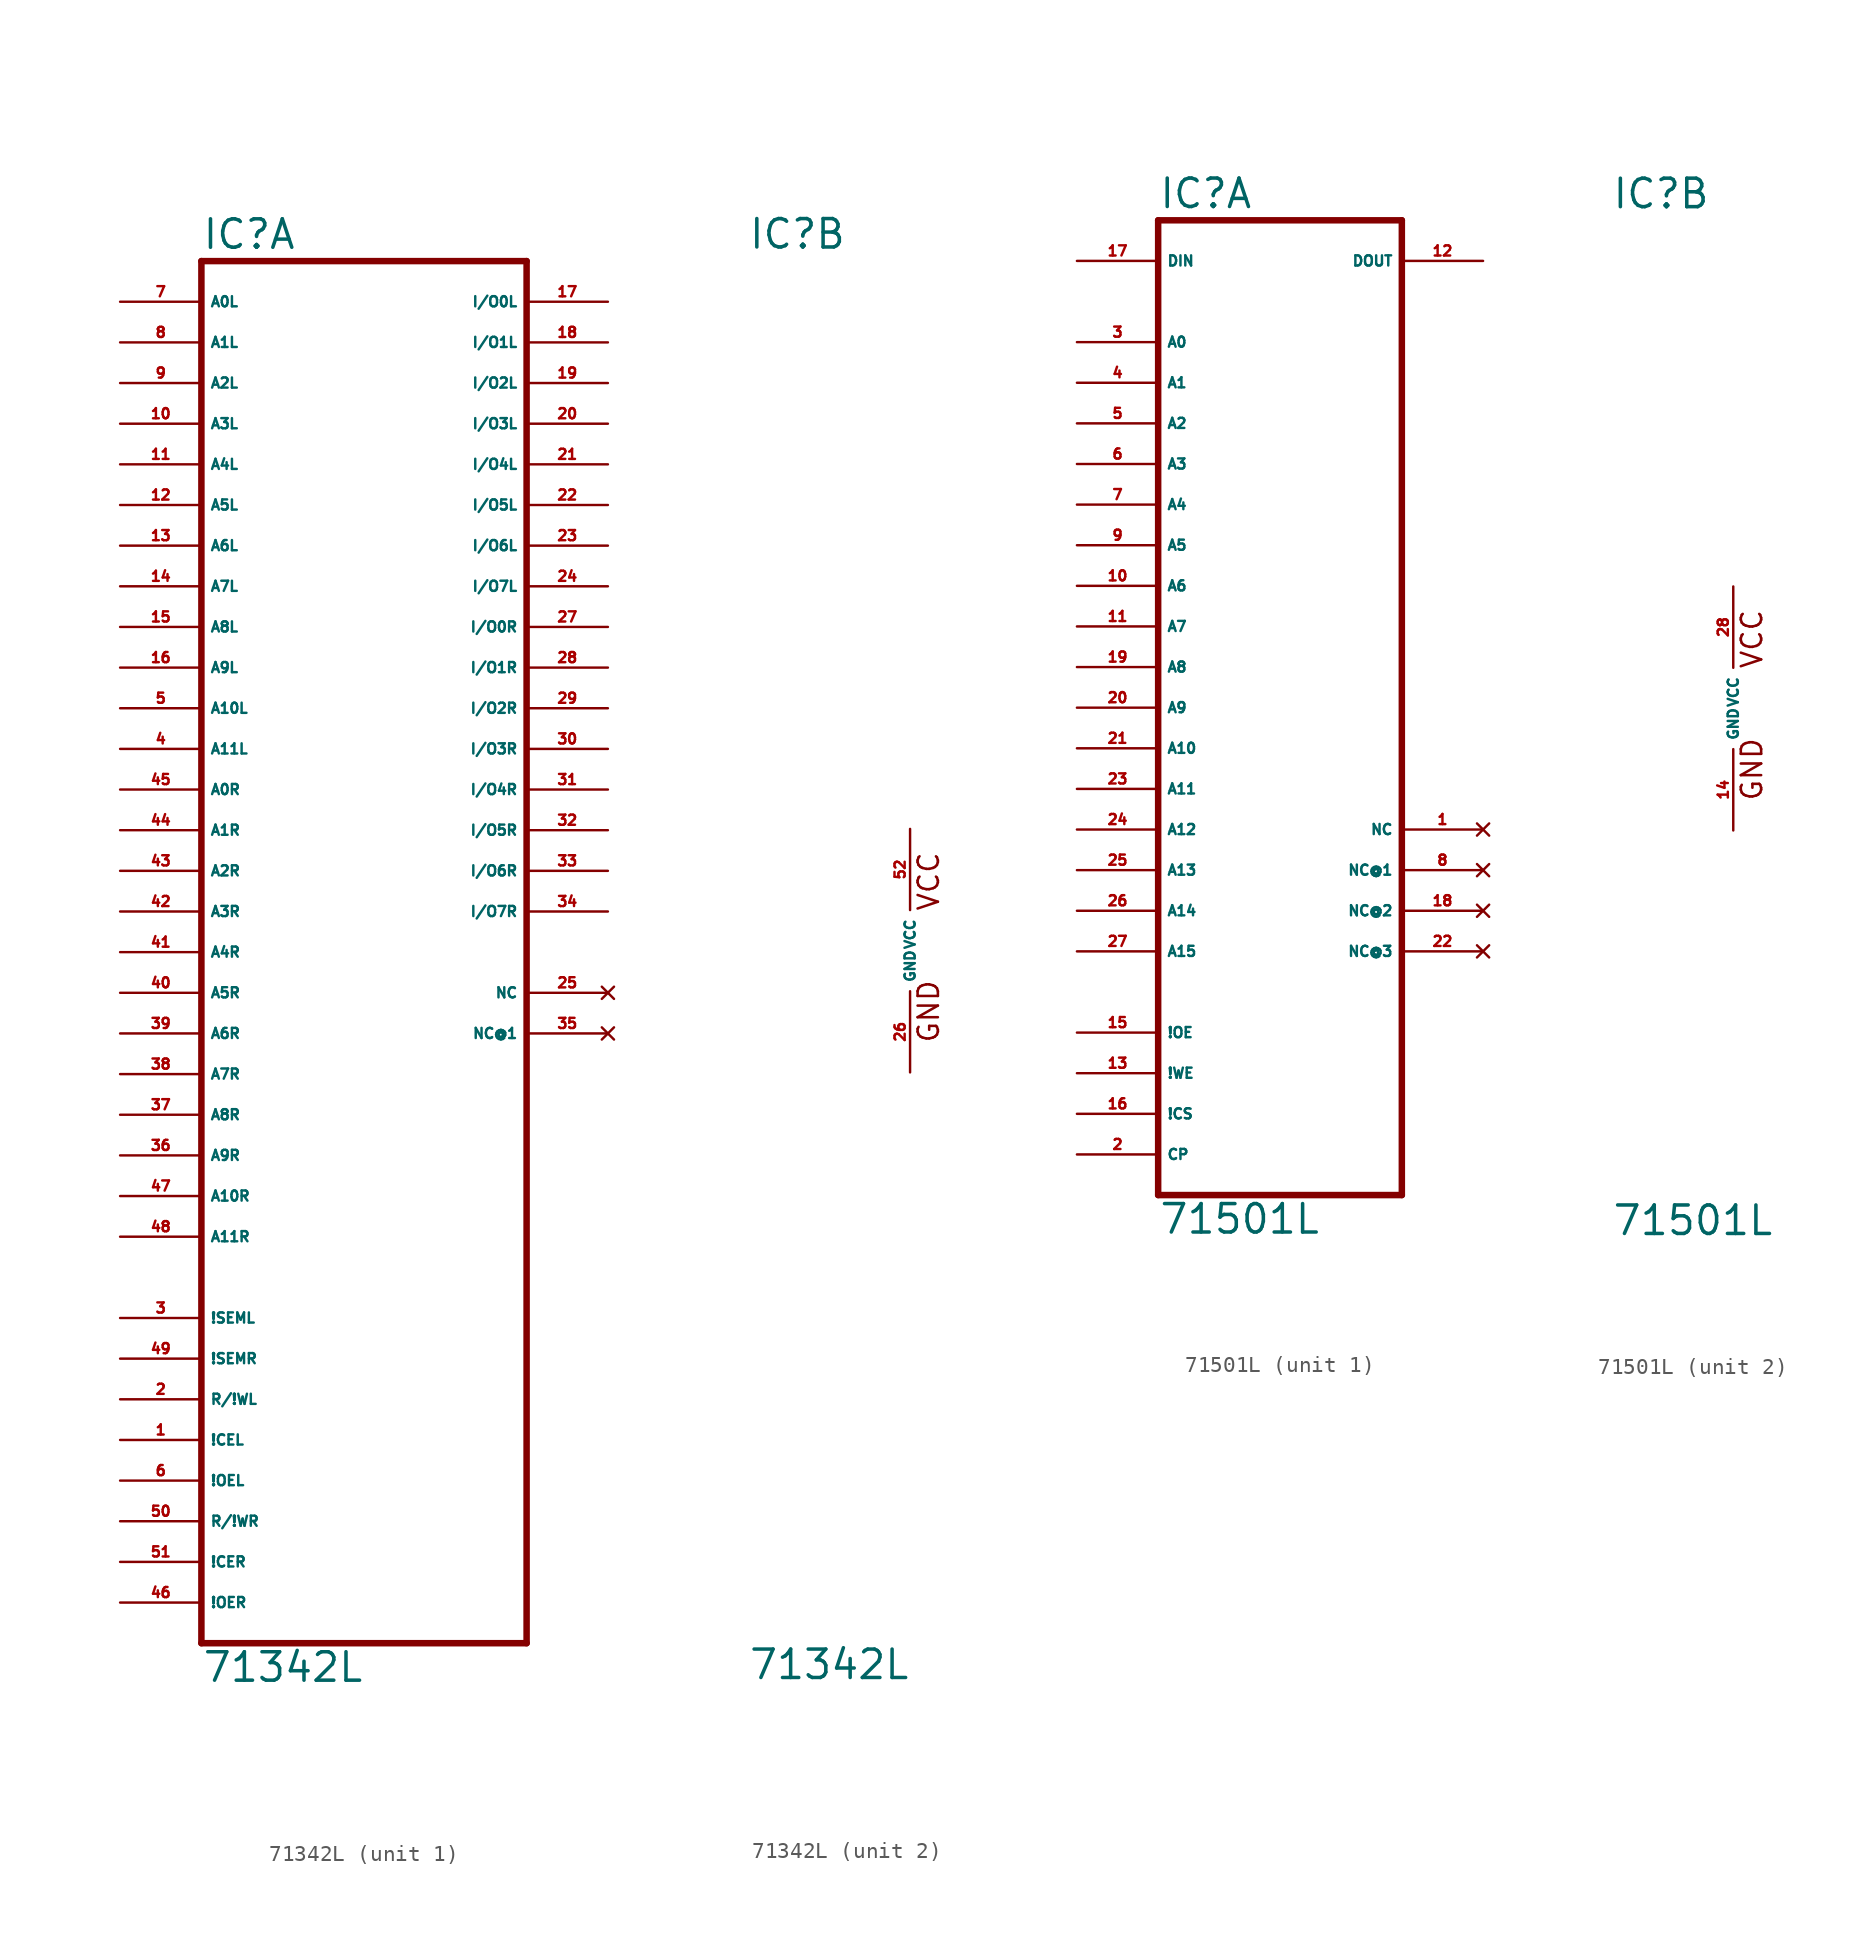
<source format=kicad_sym>
(kicad_symbol_lib
  (version 20220914)
  (generator Eagle2Kicad)
  (symbol "71342L"
    (property "Reference" "IC"
      (at -10.16 43.815 0)
      (effects (font (size 1.778 1.778) (thickness 0.22)) (justify left bottom)))
    (property "Value" "71342L"
      (at -10.16 -45.72 0)
      (effects (font (size 1.778 1.778) (thickness 0.22)) (justify left bottom)))
    (symbol "71342L_1_0"
      (polyline (pts (xy -10.16 -43.18) (xy 10.16 -43.18)) (stroke (width 0.406) (type default)) (fill (type none)))
      (polyline (pts (xy 10.16 -43.18) (xy 10.16 43.18)) (stroke (width 0.406) (type default)) (fill (type none)))
      (polyline (pts (xy 10.16 43.18) (xy -10.16 43.18)) (stroke (width 0.406) (type default)) (fill (type none)))
      (polyline (pts (xy -10.16 43.18) (xy -10.16 -43.18)) (stroke (width 0.406) (type default)) (fill (type none)))
      (pin input line (at -15.24 40.64 0) (length 5.08) (name "A0L" (effects (font (size 0.635 0.635) (thickness 0.08)) (justify left bottom))) (number "7" (effects (font (size 0.635 0.635) (thickness 0.08)) (justify left bottom))))
      (pin input line (at -15.24 38.1 0) (length 5.08) (name "A1L" (effects (font (size 0.635 0.635) (thickness 0.08)) (justify left bottom))) (number "8" (effects (font (size 0.635 0.635) (thickness 0.08)) (justify left bottom))))
      (pin input line (at -15.24 35.56 0) (length 5.08) (name "A2L" (effects (font (size 0.635 0.635) (thickness 0.08)) (justify left bottom))) (number "9" (effects (font (size 0.635 0.635) (thickness 0.08)) (justify left bottom))))
      (pin input line (at -15.24 33.02 0) (length 5.08) (name "A3L" (effects (font (size 0.635 0.635) (thickness 0.08)) (justify left bottom))) (number "10" (effects (font (size 0.635 0.635) (thickness 0.08)) (justify left bottom))))
      (pin input line (at -15.24 30.48 0) (length 5.08) (name "A4L" (effects (font (size 0.635 0.635) (thickness 0.08)) (justify left bottom))) (number "11" (effects (font (size 0.635 0.635) (thickness 0.08)) (justify left bottom))))
      (pin input line (at -15.24 27.94 0) (length 5.08) (name "A5L" (effects (font (size 0.635 0.635) (thickness 0.08)) (justify left bottom))) (number "12" (effects (font (size 0.635 0.635) (thickness 0.08)) (justify left bottom))))
      (pin input line (at -15.24 25.4 0) (length 5.08) (name "A6L" (effects (font (size 0.635 0.635) (thickness 0.08)) (justify left bottom))) (number "13" (effects (font (size 0.635 0.635) (thickness 0.08)) (justify left bottom))))
      (pin input line (at -15.24 22.86 0) (length 5.08) (name "A7L" (effects (font (size 0.635 0.635) (thickness 0.08)) (justify left bottom))) (number "14" (effects (font (size 0.635 0.635) (thickness 0.08)) (justify left bottom))))
      (pin input line (at -15.24 20.32 0) (length 5.08) (name "A8L" (effects (font (size 0.635 0.635) (thickness 0.08)) (justify left bottom))) (number "15" (effects (font (size 0.635 0.635) (thickness 0.08)) (justify left bottom))))
      (pin input line (at -15.24 17.78 0) (length 5.08) (name "A9L" (effects (font (size 0.635 0.635) (thickness 0.08)) (justify left bottom))) (number "16" (effects (font (size 0.635 0.635) (thickness 0.08)) (justify left bottom))))
      (pin input line (at -15.24 10.16 0) (length 5.08) (name "A0R" (effects (font (size 0.635 0.635) (thickness 0.08)) (justify left bottom))) (number "45" (effects (font (size 0.635 0.635) (thickness 0.08)) (justify left bottom))))
      (pin input line (at -15.24 7.62 0) (length 5.08) (name "A1R" (effects (font (size 0.635 0.635) (thickness 0.08)) (justify left bottom))) (number "44" (effects (font (size 0.635 0.635) (thickness 0.08)) (justify left bottom))))
      (pin input line (at -15.24 5.08 0) (length 5.08) (name "A2R" (effects (font (size 0.635 0.635) (thickness 0.08)) (justify left bottom))) (number "43" (effects (font (size 0.635 0.635) (thickness 0.08)) (justify left bottom))))
      (pin input line (at -15.24 2.54 0) (length 5.08) (name "A3R" (effects (font (size 0.635 0.635) (thickness 0.08)) (justify left bottom))) (number "42" (effects (font (size 0.635 0.635) (thickness 0.08)) (justify left bottom))))
      (pin input line (at -15.24 0 0) (length 5.08) (name "A4R" (effects (font (size 0.635 0.635) (thickness 0.08)) (justify left bottom))) (number "41" (effects (font (size 0.635 0.635) (thickness 0.08)) (justify left bottom))))
      (pin input line (at -15.24 -2.54 0) (length 5.08) (name "A5R" (effects (font (size 0.635 0.635) (thickness 0.08)) (justify left bottom))) (number "40" (effects (font (size 0.635 0.635) (thickness 0.08)) (justify left bottom))))
      (pin input line (at -15.24 -5.08 0) (length 5.08) (name "A6R" (effects (font (size 0.635 0.635) (thickness 0.08)) (justify left bottom))) (number "39" (effects (font (size 0.635 0.635) (thickness 0.08)) (justify left bottom))))
      (pin input line (at -15.24 -7.62 0) (length 5.08) (name "A7R" (effects (font (size 0.635 0.635) (thickness 0.08)) (justify left bottom))) (number "38" (effects (font (size 0.635 0.635) (thickness 0.08)) (justify left bottom))))
      (pin input line (at -15.24 -10.16 0) (length 5.08) (name "A8R" (effects (font (size 0.635 0.635) (thickness 0.08)) (justify left bottom))) (number "37" (effects (font (size 0.635 0.635) (thickness 0.08)) (justify left bottom))))
      (pin input line (at -15.24 -12.7 0) (length 5.08) (name "A9R" (effects (font (size 0.635 0.635) (thickness 0.08)) (justify left bottom))) (number "36" (effects (font (size 0.635 0.635) (thickness 0.08)) (justify left bottom))))
      (pin bidirectional line (at 15.24 40.64 180) (length 5.08) (name "I/O0L" (effects (font (size 0.635 0.635) (thickness 0.08)) (justify left bottom))) (number "17" (effects (font (size 0.635 0.635) (thickness 0.08)) (justify left bottom))))
      (pin bidirectional line (at 15.24 38.1 180) (length 5.08) (name "I/O1L" (effects (font (size 0.635 0.635) (thickness 0.08)) (justify left bottom))) (number "18" (effects (font (size 0.635 0.635) (thickness 0.08)) (justify left bottom))))
      (pin bidirectional line (at 15.24 35.56 180) (length 5.08) (name "I/O2L" (effects (font (size 0.635 0.635) (thickness 0.08)) (justify left bottom))) (number "19" (effects (font (size 0.635 0.635) (thickness 0.08)) (justify left bottom))))
      (pin bidirectional line (at 15.24 33.02 180) (length 5.08) (name "I/O3L" (effects (font (size 0.635 0.635) (thickness 0.08)) (justify left bottom))) (number "20" (effects (font (size 0.635 0.635) (thickness 0.08)) (justify left bottom))))
      (pin bidirectional line (at 15.24 30.48 180) (length 5.08) (name "I/O4L" (effects (font (size 0.635 0.635) (thickness 0.08)) (justify left bottom))) (number "21" (effects (font (size 0.635 0.635) (thickness 0.08)) (justify left bottom))))
      (pin bidirectional line (at 15.24 27.94 180) (length 5.08) (name "I/O5L" (effects (font (size 0.635 0.635) (thickness 0.08)) (justify left bottom))) (number "22" (effects (font (size 0.635 0.635) (thickness 0.08)) (justify left bottom))))
      (pin bidirectional line (at 15.24 25.4 180) (length 5.08) (name "I/O6L" (effects (font (size 0.635 0.635) (thickness 0.08)) (justify left bottom))) (number "23" (effects (font (size 0.635 0.635) (thickness 0.08)) (justify left bottom))))
      (pin bidirectional line (at 15.24 22.86 180) (length 5.08) (name "I/O7L" (effects (font (size 0.635 0.635) (thickness 0.08)) (justify left bottom))) (number "24" (effects (font (size 0.635 0.635) (thickness 0.08)) (justify left bottom))))
      (pin bidirectional line (at 15.24 20.32 180) (length 5.08) (name "I/O0R" (effects (font (size 0.635 0.635) (thickness 0.08)) (justify left bottom))) (number "27" (effects (font (size 0.635 0.635) (thickness 0.08)) (justify left bottom))))
      (pin bidirectional line (at 15.24 17.78 180) (length 5.08) (name "I/O1R" (effects (font (size 0.635 0.635) (thickness 0.08)) (justify left bottom))) (number "28" (effects (font (size 0.635 0.635) (thickness 0.08)) (justify left bottom))))
      (pin bidirectional line (at 15.24 15.24 180) (length 5.08) (name "I/O2R" (effects (font (size 0.635 0.635) (thickness 0.08)) (justify left bottom))) (number "29" (effects (font (size 0.635 0.635) (thickness 0.08)) (justify left bottom))))
      (pin bidirectional line (at 15.24 12.7 180) (length 5.08) (name "I/O3R" (effects (font (size 0.635 0.635) (thickness 0.08)) (justify left bottom))) (number "30" (effects (font (size 0.635 0.635) (thickness 0.08)) (justify left bottom))))
      (pin bidirectional line (at 15.24 10.16 180) (length 5.08) (name "I/O4R" (effects (font (size 0.635 0.635) (thickness 0.08)) (justify left bottom))) (number "31" (effects (font (size 0.635 0.635) (thickness 0.08)) (justify left bottom))))
      (pin bidirectional line (at 15.24 7.62 180) (length 5.08) (name "I/O5R" (effects (font (size 0.635 0.635) (thickness 0.08)) (justify left bottom))) (number "32" (effects (font (size 0.635 0.635) (thickness 0.08)) (justify left bottom))))
      (pin bidirectional line (at 15.24 5.08 180) (length 5.08) (name "I/O6R" (effects (font (size 0.635 0.635) (thickness 0.08)) (justify left bottom))) (number "33" (effects (font (size 0.635 0.635) (thickness 0.08)) (justify left bottom))))
      (pin bidirectional line (at 15.24 2.54 180) (length 5.08) (name "I/O7R" (effects (font (size 0.635 0.635) (thickness 0.08)) (justify left bottom))) (number "34" (effects (font (size 0.635 0.635) (thickness 0.08)) (justify left bottom))))
      (pin input line (at -15.24 -27.94 0) (length 5.08) (name "R/!WL" (effects (font (size 0.635 0.635) (thickness 0.08)) (justify left bottom))) (number "2" (effects (font (size 0.635 0.635) (thickness 0.08)) (justify left bottom))))
      (pin input line (at -15.24 -30.48 0) (length 5.08) (name "!CEL" (effects (font (size 0.635 0.635) (thickness 0.08)) (justify left bottom))) (number "1" (effects (font (size 0.635 0.635) (thickness 0.08)) (justify left bottom))))
      (pin input line (at -15.24 -33.02 0) (length 5.08) (name "!OEL" (effects (font (size 0.635 0.635) (thickness 0.08)) (justify left bottom))) (number "6" (effects (font (size 0.635 0.635) (thickness 0.08)) (justify left bottom))))
      (pin input line (at -15.24 -35.56 0) (length 5.08) (name "R/!WR" (effects (font (size 0.635 0.635) (thickness 0.08)) (justify left bottom))) (number "50" (effects (font (size 0.635 0.635) (thickness 0.08)) (justify left bottom))))
      (pin input line (at -15.24 -38.1 0) (length 5.08) (name "!CER" (effects (font (size 0.635 0.635) (thickness 0.08)) (justify left bottom))) (number "51" (effects (font (size 0.635 0.635) (thickness 0.08)) (justify left bottom))))
      (pin input line (at -15.24 -40.64 0) (length 5.08) (name "!OER" (effects (font (size 0.635 0.635) (thickness 0.08)) (justify left bottom))) (number "46" (effects (font (size 0.635 0.635) (thickness 0.08)) (justify left bottom))))
      (pin input line (at -15.24 15.24 0) (length 5.08) (name "A10L" (effects (font (size 0.635 0.635) (thickness 0.08)) (justify left bottom))) (number "5" (effects (font (size 0.635 0.635) (thickness 0.08)) (justify left bottom))))
      (pin input line (at -15.24 -15.24 0) (length 5.08) (name "A10R" (effects (font (size 0.635 0.635) (thickness 0.08)) (justify left bottom))) (number "47" (effects (font (size 0.635 0.635) (thickness 0.08)) (justify left bottom))))
      (pin output line (at -15.24 -22.86 0) (length 5.08) (name "!SEML" (effects (font (size 0.635 0.635) (thickness 0.08)) (justify left bottom))) (number "3" (effects (font (size 0.635 0.635) (thickness 0.08)) (justify left bottom))))
      (pin output line (at -15.24 -25.4 0) (length 5.08) (name "!SEMR" (effects (font (size 0.635 0.635) (thickness 0.08)) (justify left bottom))) (number "49" (effects (font (size 0.635 0.635) (thickness 0.08)) (justify left bottom))))
      (pin no_connect line (at 15.24 -2.54 180) (length 5.08) (name "NC" (effects (font (size 0.635 0.635) (thickness 0.08)) (justify left bottom) hide)) (number "25" (effects (font (size 0.635 0.635) (thickness 0.08)) (justify left bottom) hide)))
      (pin no_connect line (at 15.24 -5.08 180) (length 5.08) (name "NC@1" (effects (font (size 0.635 0.635) (thickness 0.08)) (justify left bottom) hide)) (number "35" (effects (font (size 0.635 0.635) (thickness 0.08)) (justify left bottom) hide)))
      (pin input line (at -15.24 -17.78 0) (length 5.08) (name "A11R" (effects (font (size 0.635 0.635) (thickness 0.08)) (justify left bottom))) (number "48" (effects (font (size 0.635 0.635) (thickness 0.08)) (justify left bottom))))
      (pin input line (at -15.24 12.7 0) (length 5.08) (name "A11L" (effects (font (size 0.635 0.635) (thickness 0.08)) (justify left bottom))) (number "4" (effects (font (size 0.635 0.635) (thickness 0.08)) (justify left bottom)))))
    (symbol "71342L_2_0"
      (text "GND" (at 1.905 -5.842 900) (effects (font (size 1.27 1.27) (thickness 0.16)) (justify left bottom)))
      (text "VCC" (at 1.905 2.413 900) (effects (font (size 1.27 1.27) (thickness 0.16)) (justify left bottom)))
      (pin unspecified line (at 0 7.62 270) (length 5.08) (name "VCC" (effects (font (size 0.635 0.635) (thickness 0.08)) (justify left bottom))) (number "52" (effects (font (size 0.635 0.635) (thickness 0.08)) (justify left bottom))))
      (pin unspecified line (at 0 -7.62 90) (length 5.08) (name "GND" (effects (font (size 0.635 0.635) (thickness 0.08)) (justify left bottom))) (number "26" (effects (font (size 0.635 0.635) (thickness 0.08)) (justify left bottom))))))
  (symbol "71501L"
    (property "Reference" "IC"
      (at -7.62 31.115 0)
      (effects (font (size 1.778 1.778) (thickness 0.22)) (justify left bottom)))
    (property "Value" "71501L"
      (at -7.62 -33.02 0)
      (effects (font (size 1.778 1.778) (thickness 0.22)) (justify left bottom)))
    (symbol "71501L_1_0"
      (polyline (pts (xy -7.62 -30.48) (xy 7.62 -30.48)) (stroke (width 0.406) (type default)) (fill (type none)))
      (polyline (pts (xy 7.62 -30.48) (xy 7.62 30.48)) (stroke (width 0.406) (type default)) (fill (type none)))
      (polyline (pts (xy 7.62 30.48) (xy -7.62 30.48)) (stroke (width 0.406) (type default)) (fill (type none)))
      (polyline (pts (xy -7.62 30.48) (xy -7.62 -30.48)) (stroke (width 0.406) (type default)) (fill (type none)))
      (pin input line (at -12.7 22.86 0) (length 5.08) (name "A0" (effects (font (size 0.635 0.635) (thickness 0.08)) (justify left bottom))) (number "3" (effects (font (size 0.635 0.635) (thickness 0.08)) (justify left bottom))))
      (pin input line (at -12.7 20.32 0) (length 5.08) (name "A1" (effects (font (size 0.635 0.635) (thickness 0.08)) (justify left bottom))) (number "4" (effects (font (size 0.635 0.635) (thickness 0.08)) (justify left bottom))))
      (pin input line (at -12.7 17.78 0) (length 5.08) (name "A2" (effects (font (size 0.635 0.635) (thickness 0.08)) (justify left bottom))) (number "5" (effects (font (size 0.635 0.635) (thickness 0.08)) (justify left bottom))))
      (pin input line (at -12.7 15.24 0) (length 5.08) (name "A3" (effects (font (size 0.635 0.635) (thickness 0.08)) (justify left bottom))) (number "6" (effects (font (size 0.635 0.635) (thickness 0.08)) (justify left bottom))))
      (pin input line (at -12.7 12.7 0) (length 5.08) (name "A4" (effects (font (size 0.635 0.635) (thickness 0.08)) (justify left bottom))) (number "7" (effects (font (size 0.635 0.635) (thickness 0.08)) (justify left bottom))))
      (pin input line (at -12.7 10.16 0) (length 5.08) (name "A5" (effects (font (size 0.635 0.635) (thickness 0.08)) (justify left bottom))) (number "9" (effects (font (size 0.635 0.635) (thickness 0.08)) (justify left bottom))))
      (pin input line (at -12.7 7.62 0) (length 5.08) (name "A6" (effects (font (size 0.635 0.635) (thickness 0.08)) (justify left bottom))) (number "10" (effects (font (size 0.635 0.635) (thickness 0.08)) (justify left bottom))))
      (pin input line (at -12.7 5.08 0) (length 5.08) (name "A7" (effects (font (size 0.635 0.635) (thickness 0.08)) (justify left bottom))) (number "11" (effects (font (size 0.635 0.635) (thickness 0.08)) (justify left bottom))))
      (pin input line (at -12.7 2.54 0) (length 5.08) (name "A8" (effects (font (size 0.635 0.635) (thickness 0.08)) (justify left bottom))) (number "19" (effects (font (size 0.635 0.635) (thickness 0.08)) (justify left bottom))))
      (pin input line (at -12.7 0 0) (length 5.08) (name "A9" (effects (font (size 0.635 0.635) (thickness 0.08)) (justify left bottom))) (number "20" (effects (font (size 0.635 0.635) (thickness 0.08)) (justify left bottom))))
      (pin input line (at -12.7 -2.54 0) (length 5.08) (name "A10" (effects (font (size 0.635 0.635) (thickness 0.08)) (justify left bottom))) (number "21" (effects (font (size 0.635 0.635) (thickness 0.08)) (justify left bottom))))
      (pin input line (at -12.7 -5.08 0) (length 5.08) (name "A11" (effects (font (size 0.635 0.635) (thickness 0.08)) (justify left bottom))) (number "23" (effects (font (size 0.635 0.635) (thickness 0.08)) (justify left bottom))))
      (pin input line (at -12.7 -20.32 0) (length 5.08) (name "!OE" (effects (font (size 0.635 0.635) (thickness 0.08)) (justify left bottom))) (number "15" (effects (font (size 0.635 0.635) (thickness 0.08)) (justify left bottom))))
      (pin input line (at -12.7 -22.86 0) (length 5.08) (name "!WE" (effects (font (size 0.635 0.635) (thickness 0.08)) (justify left bottom))) (number "13" (effects (font (size 0.635 0.635) (thickness 0.08)) (justify left bottom))))
      (pin input line (at -12.7 -25.4 0) (length 5.08) (name "!CS" (effects (font (size 0.635 0.635) (thickness 0.08)) (justify left bottom))) (number "16" (effects (font (size 0.635 0.635) (thickness 0.08)) (justify left bottom))))
      (pin input line (at -12.7 -27.94 0) (length 5.08) (name "CP" (effects (font (size 0.635 0.635) (thickness 0.08)) (justify left bottom))) (number "2" (effects (font (size 0.635 0.635) (thickness 0.08)) (justify left bottom))))
      (pin input line (at -12.7 -7.62 0) (length 5.08) (name "A12" (effects (font (size 0.635 0.635) (thickness 0.08)) (justify left bottom))) (number "24" (effects (font (size 0.635 0.635) (thickness 0.08)) (justify left bottom))))
      (pin input line (at -12.7 27.94 0) (length 5.08) (name "DIN" (effects (font (size 0.635 0.635) (thickness 0.08)) (justify left bottom))) (number "17" (effects (font (size 0.635 0.635) (thickness 0.08)) (justify left bottom))))
      (pin output line (at 12.7 27.94 180) (length 5.08) (name "DOUT" (effects (font (size 0.635 0.635) (thickness 0.08)) (justify left bottom))) (number "12" (effects (font (size 0.635 0.635) (thickness 0.08)) (justify left bottom))))
      (pin input line (at -12.7 -10.16 0) (length 5.08) (name "A13" (effects (font (size 0.635 0.635) (thickness 0.08)) (justify left bottom))) (number "25" (effects (font (size 0.635 0.635) (thickness 0.08)) (justify left bottom))))
      (pin input line (at -12.7 -12.7 0) (length 5.08) (name "A14" (effects (font (size 0.635 0.635) (thickness 0.08)) (justify left bottom))) (number "26" (effects (font (size 0.635 0.635) (thickness 0.08)) (justify left bottom))))
      (pin input line (at -12.7 -15.24 0) (length 5.08) (name "A15" (effects (font (size 0.635 0.635) (thickness 0.08)) (justify left bottom))) (number "27" (effects (font (size 0.635 0.635) (thickness 0.08)) (justify left bottom))))
      (pin no_connect line (at 12.7 -15.24 180) (length 5.08) (name "NC@3" (effects (font (size 0.635 0.635) (thickness 0.08)) (justify left bottom) hide)) (number "22" (effects (font (size 0.635 0.635) (thickness 0.08)) (justify left bottom) hide)))
      (pin no_connect line (at 12.7 -12.7 180) (length 5.08) (name "NC@2" (effects (font (size 0.635 0.635) (thickness 0.08)) (justify left bottom) hide)) (number "18" (effects (font (size 0.635 0.635) (thickness 0.08)) (justify left bottom) hide)))
      (pin no_connect line (at 12.7 -10.16 180) (length 5.08) (name "NC@1" (effects (font (size 0.635 0.635) (thickness 0.08)) (justify left bottom) hide)) (number "8" (effects (font (size 0.635 0.635) (thickness 0.08)) (justify left bottom) hide)))
      (pin no_connect line (at 12.7 -7.62 180) (length 5.08) (name "NC" (effects (font (size 0.635 0.635) (thickness 0.08)) (justify left bottom) hide)) (number "1" (effects (font (size 0.635 0.635) (thickness 0.08)) (justify left bottom) hide))))
    (symbol "71501L_2_0"
      (text "GND" (at 1.905 -5.842 900) (effects (font (size 1.27 1.27) (thickness 0.16)) (justify left bottom)))
      (text "VCC" (at 1.905 2.413 900) (effects (font (size 1.27 1.27) (thickness 0.16)) (justify left bottom)))
      (pin unspecified line (at 0 7.62 270) (length 5.08) (name "VCC" (effects (font (size 0.635 0.635) (thickness 0.08)) (justify left bottom))) (number "28" (effects (font (size 0.635 0.635) (thickness 0.08)) (justify left bottom))))
      (pin unspecified line (at 0 -7.62 90) (length 5.08) (name "GND" (effects (font (size 0.635 0.635) (thickness 0.08)) (justify left bottom))) (number "14" (effects (font (size 0.635 0.635) (thickness 0.08)) (justify left bottom)))))))
</source>
